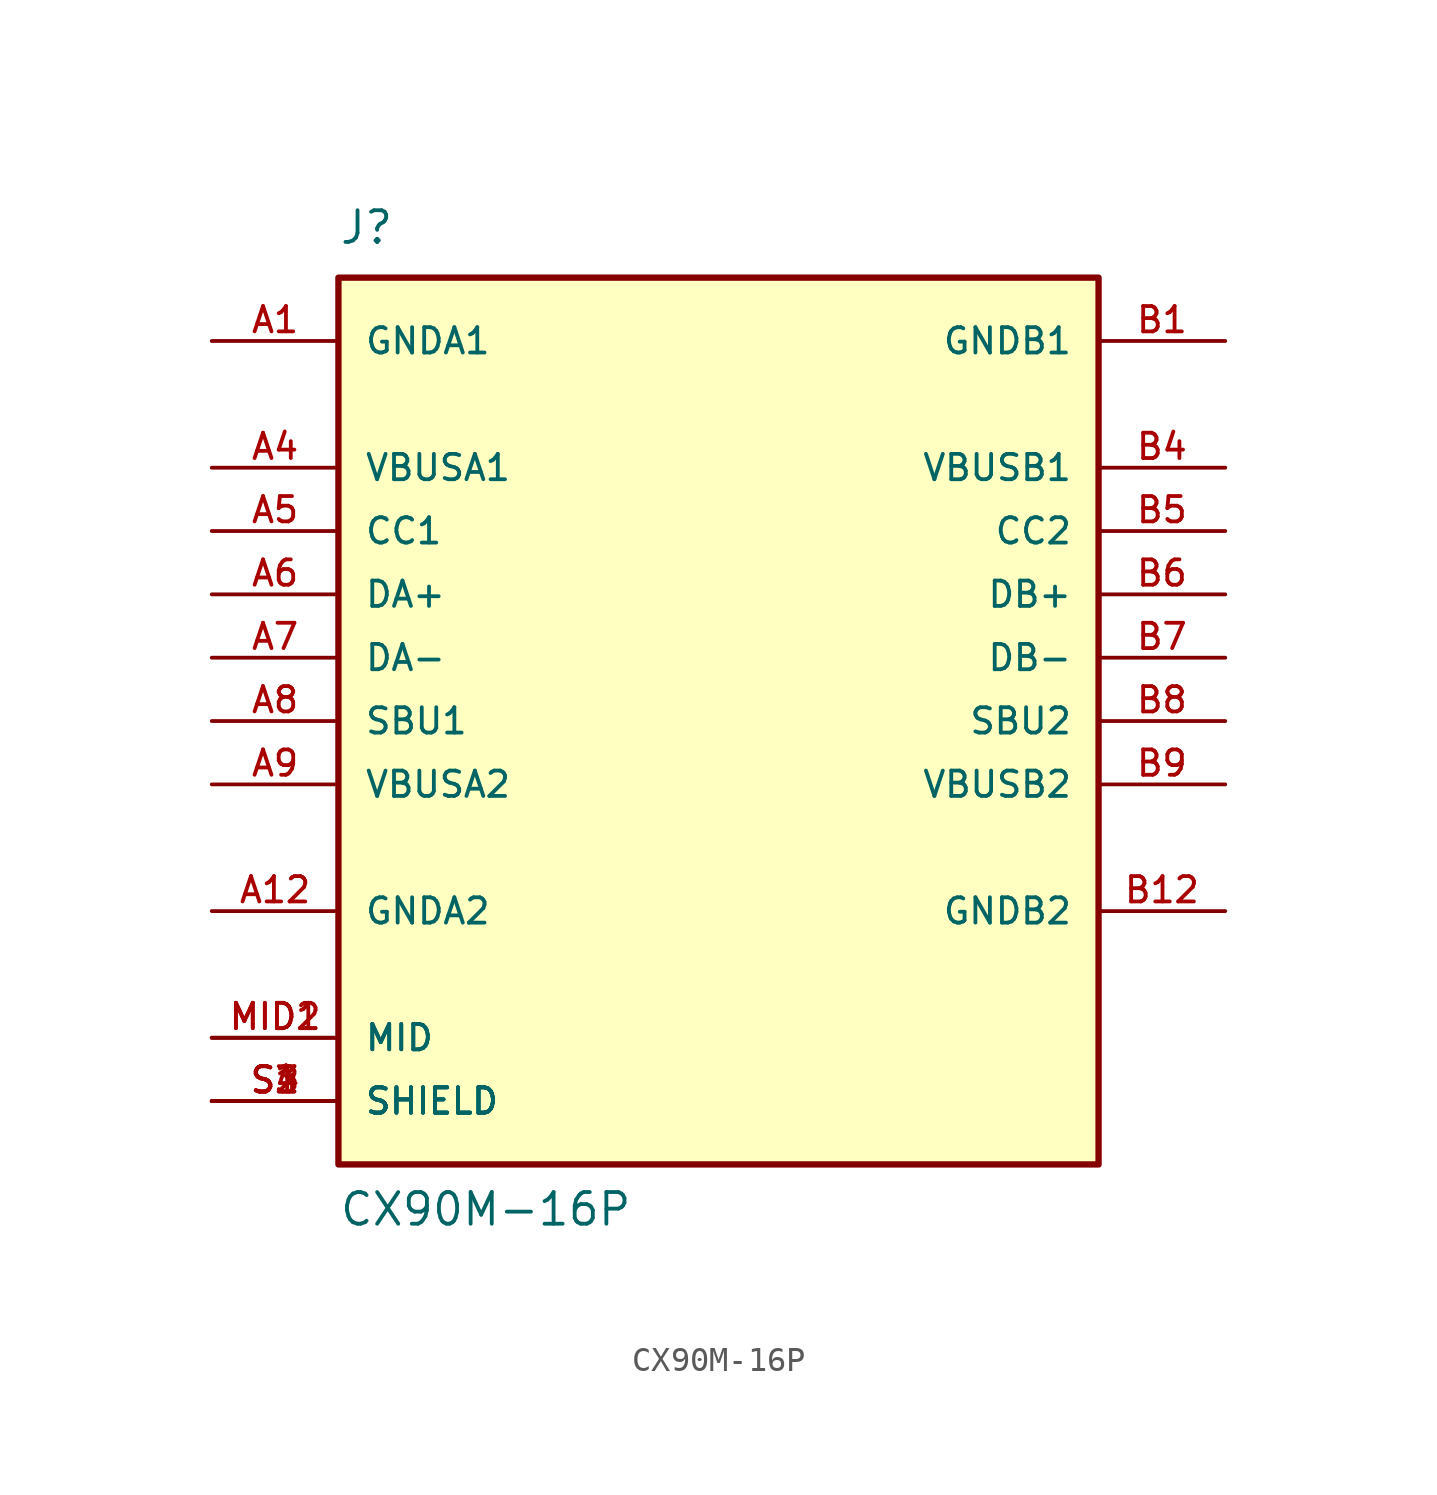
<source format=kicad_sym>
(kicad_symbol_lib
  (version 20211014)
  (generator kicad_symbol_editor)
  (symbol "CX90M-16P"
    (pin_names
      (offset 1.016))
    (property "Reference" "J"
      (at -15.24 16.51 0)
      (effects (font (size 1.27 1.27)) (justify bottom left)))
    (property "Value" "CX90M-16P"
      (at -15.24 -22.86 0)
      (effects (font (size 1.27 1.27)) (justify bottom left)))
    (symbol "CX90M-16P_0_0"
      (rectangle (start -15.24 -20.32) (end 15.24 15.24) (stroke (width 0.254)) (fill (type background)))
      (pin power_in line (at -20.32 12.7 0) (length 5.08) (name "GNDA1" (effects (font (size 1.016 1.016)))) (number "A1" (effects (font (size 1.016 1.016)))))
      (pin power_in line (at 20.32 12.7 180.0) (length 5.08) (name "GNDB1" (effects (font (size 1.016 1.016)))) (number "B1" (effects (font (size 1.016 1.016)))))
      (pin power_in line (at -20.32 7.62 0) (length 5.08) (name "VBUSA1" (effects (font (size 1.016 1.016)))) (number "A4" (effects (font (size 1.016 1.016)))))
      (pin bidirectional line (at -20.32 5.08 0) (length 5.08) (name "CC1" (effects (font (size 1.016 1.016)))) (number "A5" (effects (font (size 1.016 1.016)))))
      (pin bidirectional line (at -20.32 2.54 0) (length 5.08) (name "DA+" (effects (font (size 1.016 1.016)))) (number "A6" (effects (font (size 1.016 1.016)))))
      (pin bidirectional line (at -20.32 0.0 0) (length 5.08) (name "DA-" (effects (font (size 1.016 1.016)))) (number "A7" (effects (font (size 1.016 1.016)))))
      (pin bidirectional line (at -20.32 -2.54 0) (length 5.08) (name "SBU1" (effects (font (size 1.016 1.016)))) (number "A8" (effects (font (size 1.016 1.016)))))
      (pin power_in line (at -20.32 -5.08 0) (length 5.08) (name "VBUSA2" (effects (font (size 1.016 1.016)))) (number "A9" (effects (font (size 1.016 1.016)))))
      (pin power_in line (at -20.32 -10.16 0) (length 5.08) (name "GNDA2" (effects (font (size 1.016 1.016)))) (number "A12" (effects (font (size 1.016 1.016)))))
      (pin power_in line (at 20.32 7.62 180.0) (length 5.08) (name "VBUSB1" (effects (font (size 1.016 1.016)))) (number "B4" (effects (font (size 1.016 1.016)))))
      (pin bidirectional line (at 20.32 5.08 180.0) (length 5.08) (name "CC2" (effects (font (size 1.016 1.016)))) (number "B5" (effects (font (size 1.016 1.016)))))
      (pin bidirectional line (at 20.32 2.54 180.0) (length 5.08) (name "DB+" (effects (font (size 1.016 1.016)))) (number "B6" (effects (font (size 1.016 1.016)))))
      (pin bidirectional line (at 20.32 0.0 180.0) (length 5.08) (name "DB-" (effects (font (size 1.016 1.016)))) (number "B7" (effects (font (size 1.016 1.016)))))
      (pin bidirectional line (at 20.32 -2.54 180.0) (length 5.08) (name "SBU2" (effects (font (size 1.016 1.016)))) (number "B8" (effects (font (size 1.016 1.016)))))
      (pin power_in line (at 20.32 -5.08 180.0) (length 5.08) (name "VBUSB2" (effects (font (size 1.016 1.016)))) (number "B9" (effects (font (size 1.016 1.016)))))
      (pin power_in line (at 20.32 -10.16 180.0) (length 5.08) (name "GNDB2" (effects (font (size 1.016 1.016)))) (number "B12" (effects (font (size 1.016 1.016)))))
      (pin passive line (at -20.32 -15.24 0) (length 5.08) (name "MID" (effects (font (size 1.016 1.016)))) (number "MID1" (effects (font (size 1.016 1.016)))))
      (pin passive line (at -20.32 -15.24 0) (length 5.08) (name "MID" (effects (font (size 1.016 1.016)))) (number "MID2" (effects (font (size 1.016 1.016)))))
      (pin passive line (at -20.32 -17.78 0) (length 5.08) (name "SHIELD" (effects (font (size 1.016 1.016)))) (number "S1" (effects (font (size 1.016 1.016)))))
      (pin passive line (at -20.32 -17.78 0) (length 5.08) (name "SHIELD" (effects (font (size 1.016 1.016)))) (number "S2" (effects (font (size 1.016 1.016)))))
      (pin passive line (at -20.32 -17.78 0) (length 5.08) (name "SHIELD" (effects (font (size 1.016 1.016)))) (number "S3" (effects (font (size 1.016 1.016)))))
      (pin passive line (at -20.32 -17.78 0) (length 5.08) (name "SHIELD" (effects (font (size 1.016 1.016)))) (number "S4" (effects (font (size 1.016 1.016))))))))
</source>
